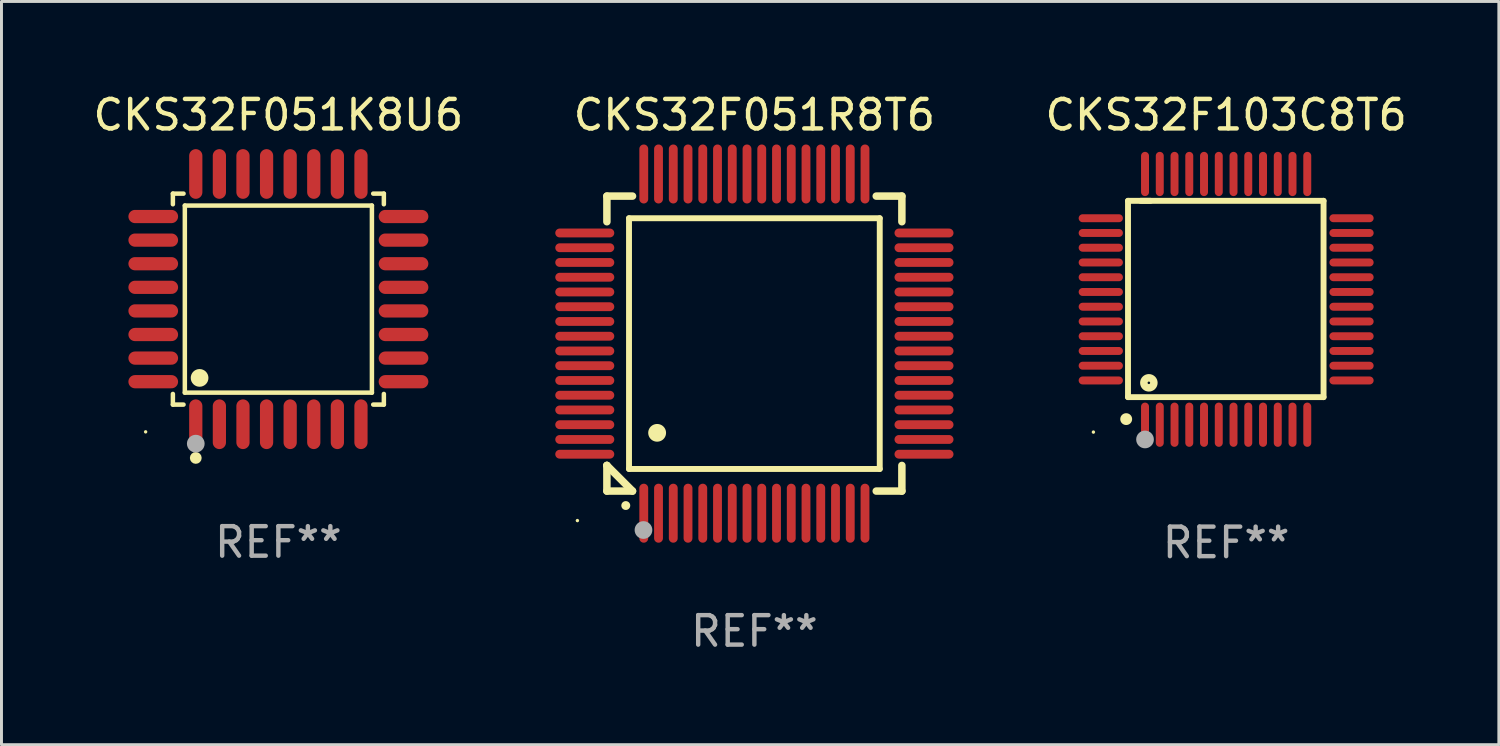
<source format=kicad_pcb>
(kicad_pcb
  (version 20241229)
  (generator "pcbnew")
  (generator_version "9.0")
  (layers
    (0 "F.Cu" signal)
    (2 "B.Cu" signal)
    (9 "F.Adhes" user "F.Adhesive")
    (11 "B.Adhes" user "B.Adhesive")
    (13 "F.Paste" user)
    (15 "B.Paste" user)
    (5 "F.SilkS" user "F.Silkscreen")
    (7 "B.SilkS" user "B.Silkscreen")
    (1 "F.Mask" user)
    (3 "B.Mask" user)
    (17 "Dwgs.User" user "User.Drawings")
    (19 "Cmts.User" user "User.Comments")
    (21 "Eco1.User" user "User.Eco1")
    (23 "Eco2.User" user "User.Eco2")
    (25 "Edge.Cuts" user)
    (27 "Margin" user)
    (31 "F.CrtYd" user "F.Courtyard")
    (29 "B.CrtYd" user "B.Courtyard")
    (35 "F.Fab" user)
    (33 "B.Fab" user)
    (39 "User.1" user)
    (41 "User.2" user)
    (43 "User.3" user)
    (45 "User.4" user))
  (footprint "CKS32F051R8T6"
    (layer "F.Cu")
    (at 22.524 8.598)
    (property "Reference" "CKS32F051R8T6" (at 0 -7.75 0) (layer "F.SilkS") (effects (font (size 1 1) (thickness 0.15))))
    (attr through_hole)
    (fp_line (start -5 -5) (end -4.131 -5) (stroke (width 0.254) (type solid)) (layer "F.SilkS"))
    (fp_line (start -5 -4.131) (end -5 -5) (stroke (width 0.254) (type solid)) (layer "F.SilkS"))
    (fp_line (start -5 4.131) (end -5 4.131) (stroke (width 0.254) (type solid)) (layer "F.SilkS"))
    (fp_line (start -5 5) (end -5 4.131) (stroke (width 0.254) (type solid)) (layer "F.SilkS"))
    (fp_line (start -5 4.131) (end -4.131 5) (stroke (width 0.254) (type solid)) (layer "F.SilkS"))
    (fp_line (start -4.25 -4.25) (end -4.25 4.25) (stroke (width 0.2) (type solid)) (layer "F.SilkS"))
    (fp_line (start -4.25 4.25) (end 4.25 4.25) (stroke (width 0.2) (type solid)) (layer "F.SilkS"))
    (fp_line (start -4.131 5) (end -5 5) (stroke (width 0.254) (type solid)) (layer "F.SilkS"))
    (fp_line (start 4.25 -4.25) (end -4.25 -4.25) (stroke (width 0.2) (type solid)) (layer "F.SilkS"))
    (fp_line (start 4.25 4.25) (end 4.25 -4.25) (stroke (width 0.2) (type solid)) (layer "F.SilkS"))
    (fp_line (start 5 -5) (end 4.131 -5) (stroke (width 0.254) (type solid)) (layer "F.SilkS"))
    (fp_line (start 5 -5) (end 5 -4.131) (stroke (width 0.254) (type solid)) (layer "F.SilkS"))
    (fp_line (start 5 4.131) (end 5 5) (stroke (width 0.254) (type solid)) (layer "F.SilkS"))
    (fp_line (start 5 5) (end 4.131 5) (stroke (width 0.254) (type solid)) (layer "F.SilkS"))
    (fp_arc (start -4.361265 5.489992) (mid -4.359995 5.489987) (end -4.358725 5.489992) (stroke (width 0.3) (type solid)) (layer "F.SilkS"))
    (fp_arc (start -3.299467 3.025146) (mid -3.296927 3.025135) (end -3.294387 3.025146) (stroke (width 0.6) (type solid)) (layer "F.SilkS"))
    (fp_circle (center -6 6) (end -5.97 6) (stroke (width 0.06) (type solid)) (fill no) (layer "F.SilkS"))
    (fp_circle (center -3.76 6.32) (end -3.61 6.32) (stroke (width 0.3) (type solid)) (fill no) (layer "F.Fab"))
    (fp_text user "REF**" (at 0 9.75 0) (layer "F.Fab") (effects (font (size 1 1) (thickness 0.15))))
    (pad "1" smd oval (at -3.75 5.75) (size 0.3 2) (layers "F.Cu" "F.Mask" "F.Paste"))
    (pad "2" smd oval (at -3.25 5.75) (size 0.3 2) (layers "F.Cu" "F.Mask" "F.Paste"))
    (pad "3" smd oval (at -2.75 5.75) (size 0.3 2) (layers "F.Cu" "F.Mask" "F.Paste"))
    (pad "4" smd oval (at -2.25 5.75) (size 0.3 2) (layers "F.Cu" "F.Mask" "F.Paste"))
    (pad "5" smd oval (at -1.75 5.75) (size 0.3 2) (layers "F.Cu" "F.Mask" "F.Paste"))
    (pad "6" smd oval (at -1.25 5.75) (size 0.3 2) (layers "F.Cu" "F.Mask" "F.Paste"))
    (pad "7" smd oval (at -0.75 5.75) (size 0.3 2) (layers "F.Cu" "F.Mask" "F.Paste"))
    (pad "8" smd oval (at -0.25 5.75) (size 0.3 2) (layers "F.Cu" "F.Mask" "F.Paste"))
    (pad "9" smd oval (at 0.25 5.75) (size 0.3 2) (layers "F.Cu" "F.Mask" "F.Paste"))
    (pad "10" smd oval (at 0.75 5.75) (size 0.3 2) (layers "F.Cu" "F.Mask" "F.Paste"))
    (pad "11" smd oval (at 1.25 5.75) (size 0.3 2) (layers "F.Cu" "F.Mask" "F.Paste"))
    (pad "12" smd oval (at 1.75 5.75) (size 0.3 2) (layers "F.Cu" "F.Mask" "F.Paste"))
    (pad "13" smd oval (at 2.25 5.75) (size 0.3 2) (layers "F.Cu" "F.Mask" "F.Paste"))
    (pad "14" smd oval (at 2.75 5.75) (size 0.3 2) (layers "F.Cu" "F.Mask" "F.Paste"))
    (pad "15" smd oval (at 3.25 5.75) (size 0.3 2) (layers "F.Cu" "F.Mask" "F.Paste"))
    (pad "16" smd oval (at 3.75 5.75) (size 0.3 2) (layers "F.Cu" "F.Mask" "F.Paste"))
    (pad "17" smd oval (at 5.75 3.75) (size 2 0.3) (layers "F.Cu" "F.Mask" "F.Paste"))
    (pad "18" smd oval (at 5.75 3.25) (size 2 0.3) (layers "F.Cu" "F.Mask" "F.Paste"))
    (pad "19" smd oval (at 5.75 2.75) (size 2 0.3) (layers "F.Cu" "F.Mask" "F.Paste"))
    (pad "20" smd oval (at 5.75 2.25) (size 2 0.3) (layers "F.Cu" "F.Mask" "F.Paste"))
    (pad "21" smd oval (at 5.75 1.75) (size 2 0.3) (layers "F.Cu" "F.Mask" "F.Paste"))
    (pad "22" smd oval (at 5.75 1.25) (size 2 0.3) (layers "F.Cu" "F.Mask" "F.Paste"))
    (pad "23" smd oval (at 5.75 0.75) (size 2 0.3) (layers "F.Cu" "F.Mask" "F.Paste"))
    (pad "24" smd oval (at 5.75 0.25) (size 2 0.3) (layers "F.Cu" "F.Mask" "F.Paste"))
    (pad "25" smd oval (at 5.75 -0.25) (size 2 0.3) (layers "F.Cu" "F.Mask" "F.Paste"))
    (pad "26" smd oval (at 5.75 -0.75) (size 2 0.3) (layers "F.Cu" "F.Mask" "F.Paste"))
    (pad "27" smd oval (at 5.75 -1.25) (size 2 0.3) (layers "F.Cu" "F.Mask" "F.Paste"))
    (pad "28" smd oval (at 5.75 -1.75) (size 2 0.3) (layers "F.Cu" "F.Mask" "F.Paste"))
    (pad "29" smd oval (at 5.75 -2.25) (size 2 0.3) (layers "F.Cu" "F.Mask" "F.Paste"))
    (pad "30" smd oval (at 5.75 -2.75) (size 2 0.3) (layers "F.Cu" "F.Mask" "F.Paste"))
    (pad "31" smd oval (at 5.75 -3.25) (size 2 0.3) (layers "F.Cu" "F.Mask" "F.Paste"))
    (pad "32" smd oval (at 5.75 -3.75) (size 2 0.3) (layers "F.Cu" "F.Mask" "F.Paste"))
    (pad "33" smd oval (at 3.75 -5.75) (size 0.3 2) (layers "F.Cu" "F.Mask" "F.Paste"))
    (pad "34" smd oval (at 3.25 -5.75) (size 0.3 2) (layers "F.Cu" "F.Mask" "F.Paste"))
    (pad "35" smd oval (at 2.75 -5.75) (size 0.3 2) (layers "F.Cu" "F.Mask" "F.Paste"))
    (pad "36" smd oval (at 2.25 -5.75) (size 0.3 2) (layers "F.Cu" "F.Mask" "F.Paste"))
    (pad "37" smd oval (at 1.75 -5.75) (size 0.3 2) (layers "F.Cu" "F.Mask" "F.Paste"))
    (pad "38" smd oval (at 1.25 -5.75) (size 0.3 2) (layers "F.Cu" "F.Mask" "F.Paste"))
    (pad "39" smd oval (at 0.75 -5.75) (size 0.3 2) (layers "F.Cu" "F.Mask" "F.Paste"))
    (pad "40" smd oval (at 0.25 -5.75) (size 0.3 2) (layers "F.Cu" "F.Mask" "F.Paste"))
    (pad "41" smd oval (at -0.25 -5.75) (size 0.3 2) (layers "F.Cu" "F.Mask" "F.Paste"))
    (pad "42" smd oval (at -0.75 -5.75) (size 0.3 2) (layers "F.Cu" "F.Mask" "F.Paste"))
    (pad "43" smd oval (at -1.25 -5.75) (size 0.3 2) (layers "F.Cu" "F.Mask" "F.Paste"))
    (pad "44" smd oval (at -1.75 -5.75) (size 0.3 2) (layers "F.Cu" "F.Mask" "F.Paste"))
    (pad "45" smd oval (at -2.25 -5.75) (size 0.3 2) (layers "F.Cu" "F.Mask" "F.Paste"))
    (pad "46" smd oval (at -2.75 -5.75) (size 0.3 2) (layers "F.Cu" "F.Mask" "F.Paste"))
    (pad "47" smd oval (at -3.25 -5.75) (size 0.3 2) (layers "F.Cu" "F.Mask" "F.Paste"))
    (pad "48" smd oval (at -3.75 -5.75) (size 0.3 2) (layers "F.Cu" "F.Mask" "F.Paste"))
    (pad "49" smd oval (at -5.75 -3.75) (size 2 0.3) (layers "F.Cu" "F.Mask" "F.Paste"))
    (pad "50" smd oval (at -5.75 -3.25) (size 2 0.3) (layers "F.Cu" "F.Mask" "F.Paste"))
    (pad "51" smd oval (at -5.75 -2.75) (size 2 0.3) (layers "F.Cu" "F.Mask" "F.Paste"))
    (pad "52" smd oval (at -5.75 -2.25) (size 2 0.3) (layers "F.Cu" "F.Mask" "F.Paste"))
    (pad "53" smd oval (at -5.75 -1.75) (size 2 0.3) (layers "F.Cu" "F.Mask" "F.Paste"))
    (pad "54" smd oval (at -5.75 -1.25) (size 2 0.3) (layers "F.Cu" "F.Mask" "F.Paste"))
    (pad "55" smd oval (at -5.75 -0.75) (size 2 0.3) (layers "F.Cu" "F.Mask" "F.Paste"))
    (pad "56" smd oval (at -5.75 -0.25) (size 2 0.3) (layers "F.Cu" "F.Mask" "F.Paste"))
    (pad "57" smd oval (at -5.75 0.25) (size 2 0.3) (layers "F.Cu" "F.Mask" "F.Paste"))
    (pad "58" smd oval (at -5.75 0.75) (size 2 0.3) (layers "F.Cu" "F.Mask" "F.Paste"))
    (pad "59" smd oval (at -5.75 1.25) (size 2 0.3) (layers "F.Cu" "F.Mask" "F.Paste"))
    (pad "60" smd oval (at -5.75 1.75) (size 2 0.3) (layers "F.Cu" "F.Mask" "F.Paste"))
    (pad "61" smd oval (at -5.75 2.25) (size 2 0.3) (layers "F.Cu" "F.Mask" "F.Paste"))
    (pad "62" smd oval (at -5.75 2.75) (size 2 0.3) (layers "F.Cu" "F.Mask" "F.Paste"))
    (pad "63" smd oval (at -5.75 3.25) (size 2 0.3) (layers "F.Cu" "F.Mask" "F.Paste"))
    (pad "64" smd oval (at -5.75 3.75) (size 2 0.3) (layers "F.Cu" "F.Mask" "F.Paste")))
  (footprint "CKS32F103C8T6"
    (layer "F.Cu")
    (at 38.517 7.098)
    (property "Reference" "CKS32F103C8T6" (at 0 -6.25 0) (layer "F.SilkS") (effects (font (size 1 1) (thickness 0.15))))
    (attr through_hole)
    (fp_line (start -3.327 -3.34) (end -2.565 -3.34) (stroke (width 0.2) (type solid)) (layer "F.SilkS"))
    (fp_line (start -3.327 3.315) (end -3.327 -3.34) (stroke (width 0.2) (type solid)) (layer "F.SilkS"))
    (fp_line (start -2.896 -3.34) (end 3.302 -3.34) (stroke (width 0.2) (type solid)) (layer "F.SilkS"))
    (fp_line (start 3.302 -3.34) (end 3.302 3.315) (stroke (width 0.2) (type solid)) (layer "F.SilkS"))
    (fp_line (start 3.302 3.315) (end -3.327 3.315) (stroke (width 0.2) (type solid)) (layer "F.SilkS"))
    (fp_arc (start -3.389992 4.059995) (mid -3.388722 4.059991) (end -3.387452 4.059995) (stroke (width 0.4) (type solid)) (layer "F.SilkS"))
    (fp_circle (center -4.5 4.5) (end -4.47 4.5) (stroke (width 0.06) (type solid)) (fill no) (layer "F.SilkS"))
    (fp_circle (center -2.62 2.83) (end -2.45 2.83) (stroke (width 0.254) (type solid)) (fill no) (layer "F.SilkS"))
    (fp_circle (center -2.75 4.75) (end -2.6 4.75) (stroke (width 0.3) (type solid)) (fill no) (layer "F.Fab"))
    (fp_text user "REF**" (at 0 8.25 0) (layer "F.Fab") (effects (font (size 1 1) (thickness 0.15))))
    (pad "1" smd oval (at -2.75 4.25) (size 0.27 1.5) (layers "F.Cu" "F.Mask" "F.Paste"))
    (pad "2" smd oval (at -2.25 4.25) (size 0.27 1.5) (layers "F.Cu" "F.Mask" "F.Paste"))
    (pad "3" smd oval (at -1.75 4.25) (size 0.27 1.5) (layers "F.Cu" "F.Mask" "F.Paste"))
    (pad "4" smd oval (at -1.25 4.25) (size 0.27 1.5) (layers "F.Cu" "F.Mask" "F.Paste"))
    (pad "5" smd oval (at -0.75 4.25) (size 0.27 1.5) (layers "F.Cu" "F.Mask" "F.Paste"))
    (pad "6" smd oval (at -0.25 4.25) (size 0.27 1.5) (layers "F.Cu" "F.Mask" "F.Paste"))
    (pad "7" smd oval (at 0.25 4.25) (size 0.27 1.5) (layers "F.Cu" "F.Mask" "F.Paste"))
    (pad "8" smd oval (at 0.75 4.25) (size 0.27 1.5) (layers "F.Cu" "F.Mask" "F.Paste"))
    (pad "9" smd oval (at 1.25 4.25) (size 0.27 1.5) (layers "F.Cu" "F.Mask" "F.Paste"))
    (pad "10" smd oval (at 1.75 4.25) (size 0.27 1.5) (layers "F.Cu" "F.Mask" "F.Paste"))
    (pad "11" smd oval (at 2.25 4.25) (size 0.27 1.5) (layers "F.Cu" "F.Mask" "F.Paste"))
    (pad "12" smd oval (at 2.75 4.25) (size 0.27 1.5) (layers "F.Cu" "F.Mask" "F.Paste"))
    (pad "13" smd oval (at 4.25 2.75) (size 1.5 0.27) (layers "F.Cu" "F.Mask" "F.Paste"))
    (pad "14" smd oval (at 4.25 2.25) (size 1.5 0.27) (layers "F.Cu" "F.Mask" "F.Paste"))
    (pad "15" smd oval (at 4.25 1.75) (size 1.5 0.27) (layers "F.Cu" "F.Mask" "F.Paste"))
    (pad "16" smd oval (at 4.25 1.25) (size 1.5 0.27) (layers "F.Cu" "F.Mask" "F.Paste"))
    (pad "17" smd oval (at 4.25 0.75) (size 1.5 0.27) (layers "F.Cu" "F.Mask" "F.Paste"))
    (pad "18" smd oval (at 4.25 0.25) (size 1.5 0.27) (layers "F.Cu" "F.Mask" "F.Paste"))
    (pad "19" smd oval (at 4.25 -0.25) (size 1.5 0.27) (layers "F.Cu" "F.Mask" "F.Paste"))
    (pad "20" smd oval (at 4.25 -0.75) (size 1.5 0.27) (layers "F.Cu" "F.Mask" "F.Paste"))
    (pad "21" smd oval (at 4.25 -1.25) (size 1.5 0.27) (layers "F.Cu" "F.Mask" "F.Paste"))
    (pad "22" smd oval (at 4.25 -1.75) (size 1.5 0.27) (layers "F.Cu" "F.Mask" "F.Paste"))
    (pad "23" smd oval (at 4.25 -2.25) (size 1.5 0.27) (layers "F.Cu" "F.Mask" "F.Paste"))
    (pad "24" smd oval (at 4.25 -2.75) (size 1.5 0.27) (layers "F.Cu" "F.Mask" "F.Paste"))
    (pad "25" smd oval (at 2.75 -4.25) (size 0.27 1.5) (layers "F.Cu" "F.Mask" "F.Paste"))
    (pad "26" smd oval (at 2.25 -4.25) (size 0.27 1.5) (layers "F.Cu" "F.Mask" "F.Paste"))
    (pad "27" smd oval (at 1.75 -4.25) (size 0.27 1.5) (layers "F.Cu" "F.Mask" "F.Paste"))
    (pad "28" smd oval (at 1.25 -4.25) (size 0.27 1.5) (layers "F.Cu" "F.Mask" "F.Paste"))
    (pad "29" smd oval (at 0.75 -4.25) (size 0.27 1.5) (layers "F.Cu" "F.Mask" "F.Paste"))
    (pad "30" smd oval (at 0.25 -4.25) (size 0.27 1.5) (layers "F.Cu" "F.Mask" "F.Paste"))
    (pad "31" smd oval (at -0.25 -4.25) (size 0.27 1.5) (layers "F.Cu" "F.Mask" "F.Paste"))
    (pad "32" smd oval (at -0.75 -4.25) (size 0.27 1.5) (layers "F.Cu" "F.Mask" "F.Paste"))
    (pad "33" smd oval (at -1.25 -4.25) (size 0.27 1.5) (layers "F.Cu" "F.Mask" "F.Paste"))
    (pad "34" smd oval (at -1.75 -4.25) (size 0.27 1.5) (layers "F.Cu" "F.Mask" "F.Paste"))
    (pad "35" smd oval (at -2.25 -4.25) (size 0.27 1.5) (layers "F.Cu" "F.Mask" "F.Paste"))
    (pad "36" smd oval (at -2.75 -4.25) (size 0.27 1.5) (layers "F.Cu" "F.Mask" "F.Paste"))
    (pad "37" smd oval (at -4.25 -2.75) (size 1.5 0.27) (layers "F.Cu" "F.Mask" "F.Paste"))
    (pad "38" smd oval (at -4.25 -2.25) (size 1.5 0.27) (layers "F.Cu" "F.Mask" "F.Paste"))
    (pad "39" smd oval (at -4.25 -1.75) (size 1.5 0.27) (layers "F.Cu" "F.Mask" "F.Paste"))
    (pad "40" smd oval (at -4.25 -1.25) (size 1.5 0.27) (layers "F.Cu" "F.Mask" "F.Paste"))
    (pad "41" smd oval (at -4.25 -0.75) (size 1.5 0.27) (layers "F.Cu" "F.Mask" "F.Paste"))
    (pad "42" smd oval (at -4.25 -0.25) (size 1.5 0.27) (layers "F.Cu" "F.Mask" "F.Paste"))
    (pad "43" smd oval (at -4.25 0.25) (size 1.5 0.27) (layers "F.Cu" "F.Mask" "F.Paste"))
    (pad "44" smd oval (at -4.25 0.75) (size 1.5 0.27) (layers "F.Cu" "F.Mask" "F.Paste"))
    (pad "45" smd oval (at -4.25 1.25) (size 1.5 0.27) (layers "F.Cu" "F.Mask" "F.Paste"))
    (pad "46" smd oval (at -4.25 1.75) (size 1.5 0.27) (layers "F.Cu" "F.Mask" "F.Paste"))
    (pad "47" smd oval (at -4.25 2.25) (size 1.5 0.27) (layers "F.Cu" "F.Mask" "F.Paste"))
    (pad "48" smd oval (at -4.25 2.75) (size 1.5 0.27) (layers "F.Cu" "F.Mask" "F.Paste")))
  (footprint "CKS32F051K8U6"
    (layer "F.Cu")
    (at 6.387 7.09)
    (property "Reference" "CKS32F051K8U6" (at 0 -6.242 0) (layer "F.SilkS") (effects (font (size 1 1) (thickness 0.15))))
    (attr through_hole)
    (fp_line (start -3.576 -3.576) (end -3.215 -3.576) (stroke (width 0.152) (type solid)) (layer "F.SilkS"))
    (fp_line (start -3.576 -3.215) (end -3.576 -3.576) (stroke (width 0.152) (type solid)) (layer "F.SilkS"))
    (fp_line (start -3.576 3.215) (end -3.576 3.576) (stroke (width 0.152) (type solid)) (layer "F.SilkS"))
    (fp_line (start -3.576 3.576) (end -3.215 3.576) (stroke (width 0.152) (type solid)) (layer "F.SilkS"))
    (fp_line (start -3.171 -3.171) (end 3.171 -3.171) (stroke (width 0.152) (type solid)) (layer "F.SilkS"))
    (fp_line (start -3.171 3.171) (end -3.171 -3.171) (stroke (width 0.152) (type solid)) (layer "F.SilkS"))
    (fp_line (start 3.171 -3.171) (end 3.171 3.171) (stroke (width 0.152) (type solid)) (layer "F.SilkS"))
    (fp_line (start 3.171 3.171) (end -3.171 3.171) (stroke (width 0.152) (type solid)) (layer "F.SilkS"))
    (fp_line (start 3.576 -3.576) (end 3.215 -3.576) (stroke (width 0.152) (type solid)) (layer "F.SilkS"))
    (fp_line (start 3.576 -3.215) (end 3.576 -3.576) (stroke (width 0.152) (type solid)) (layer "F.SilkS"))
    (fp_line (start 3.576 3.215) (end 3.576 3.576) (stroke (width 0.152) (type solid)) (layer "F.SilkS"))
    (fp_line (start 3.576 3.576) (end 3.215 3.576) (stroke (width 0.152) (type solid)) (layer "F.SilkS"))
    (fp_circle (center -4.5 4.5) (end -4.47 4.5) (stroke (width 0.06) (type solid)) (fill no) (layer "F.SilkS"))
    (fp_circle (center -2.8 5.384) (end -2.7 5.384) (stroke (width 0.2) (type solid)) (fill no) (layer "F.SilkS"))
    (fp_circle (center -2.671 2.671) (end -2.521 2.671) (stroke (width 0.3) (type solid)) (fill no) (layer "F.SilkS"))
    (fp_circle (center -2.8 4.9) (end -2.65 4.9) (stroke (width 0.3) (type solid)) (fill no) (layer "F.Fab"))
    (fp_text user "REF**" (at 0 8.242 0) (layer "F.Fab") (effects (font (size 1 1) (thickness 0.15))))
    (pad "1" smd oval (at -2.8 4.242) (size 0.448 1.684) (layers "F.Cu" "F.Mask" "F.Paste"))
    (pad "2" smd oval (at -2 4.242) (size 0.448 1.684) (layers "F.Cu" "F.Mask" "F.Paste"))
    (pad "3" smd oval (at -1.2 4.242) (size 0.448 1.684) (layers "F.Cu" "F.Mask" "F.Paste"))
    (pad "4" smd oval (at -0.4 4.242) (size 0.448 1.684) (layers "F.Cu" "F.Mask" "F.Paste"))
    (pad "5" smd oval (at 0.4 4.242) (size 0.448 1.684) (layers "F.Cu" "F.Mask" "F.Paste"))
    (pad "6" smd oval (at 1.2 4.242) (size 0.448 1.684) (layers "F.Cu" "F.Mask" "F.Paste"))
    (pad "7" smd oval (at 2 4.242) (size 0.448 1.684) (layers "F.Cu" "F.Mask" "F.Paste"))
    (pad "8" smd oval (at 2.8 4.242) (size 0.448 1.684) (layers "F.Cu" "F.Mask" "F.Paste"))
    (pad "9" smd oval (at 4.242 2.8) (size 1.684 0.448) (layers "F.Cu" "F.Mask" "F.Paste"))
    (pad "10" smd oval (at 4.242 2) (size 1.684 0.448) (layers "F.Cu" "F.Mask" "F.Paste"))
    (pad "11" smd oval (at 4.242 1.2) (size 1.684 0.448) (layers "F.Cu" "F.Mask" "F.Paste"))
    (pad "12" smd oval (at 4.242 0.4) (size 1.684 0.448) (layers "F.Cu" "F.Mask" "F.Paste"))
    (pad "13" smd oval (at 4.242 -0.4) (size 1.684 0.448) (layers "F.Cu" "F.Mask" "F.Paste"))
    (pad "14" smd oval (at 4.242 -1.2) (size 1.684 0.448) (layers "F.Cu" "F.Mask" "F.Paste"))
    (pad "15" smd oval (at 4.242 -2) (size 1.684 0.448) (layers "F.Cu" "F.Mask" "F.Paste"))
    (pad "16" smd oval (at 4.242 -2.8) (size 1.684 0.448) (layers "F.Cu" "F.Mask" "F.Paste"))
    (pad "17" smd oval (at 2.8 -4.242) (size 0.448 1.684) (layers "F.Cu" "F.Mask" "F.Paste"))
    (pad "18" smd oval (at 2 -4.242) (size 0.448 1.684) (layers "F.Cu" "F.Mask" "F.Paste"))
    (pad "19" smd oval (at 1.2 -4.242) (size 0.448 1.684) (layers "F.Cu" "F.Mask" "F.Paste"))
    (pad "20" smd oval (at 0.4 -4.242) (size 0.448 1.684) (layers "F.Cu" "F.Mask" "F.Paste"))
    (pad "21" smd oval (at -0.4 -4.242) (size 0.448 1.684) (layers "F.Cu" "F.Mask" "F.Paste"))
    (pad "22" smd oval (at -1.2 -4.242) (size 0.448 1.684) (layers "F.Cu" "F.Mask" "F.Paste"))
    (pad "23" smd oval (at -2 -4.242) (size 0.448 1.684) (layers "F.Cu" "F.Mask" "F.Paste"))
    (pad "24" smd oval (at -2.8 -4.242) (size 0.448 1.684) (layers "F.Cu" "F.Mask" "F.Paste"))
    (pad "25" smd oval (at -4.242 -2.8) (size 1.684 0.448) (layers "F.Cu" "F.Mask" "F.Paste"))
    (pad "26" smd oval (at -4.242 -2) (size 1.684 0.448) (layers "F.Cu" "F.Mask" "F.Paste"))
    (pad "27" smd oval (at -4.242 -1.2) (size 1.684 0.448) (layers "F.Cu" "F.Mask" "F.Paste"))
    (pad "28" smd oval (at -4.242 -0.4) (size 1.684 0.448) (layers "F.Cu" "F.Mask" "F.Paste"))
    (pad "29" smd oval (at -4.242 0.4) (size 1.684 0.448) (layers "F.Cu" "F.Mask" "F.Paste"))
    (pad "30" smd oval (at -4.242 1.2) (size 1.684 0.448) (layers "F.Cu" "F.Mask" "F.Paste"))
    (pad "31" smd oval (at -4.242 2) (size 1.684 0.448) (layers "F.Cu" "F.Mask" "F.Paste"))
    (pad "32" smd oval (at -4.242 2.8) (size 1.684 0.448) (layers "F.Cu" "F.Mask" "F.Paste")))
  (gr_rect
    (start -3 -3)
    (end 47.762 22.196)
    (stroke (width 0.1) (type default))
    (fill no)
    (layer "Edge.Cuts")))
</source>
